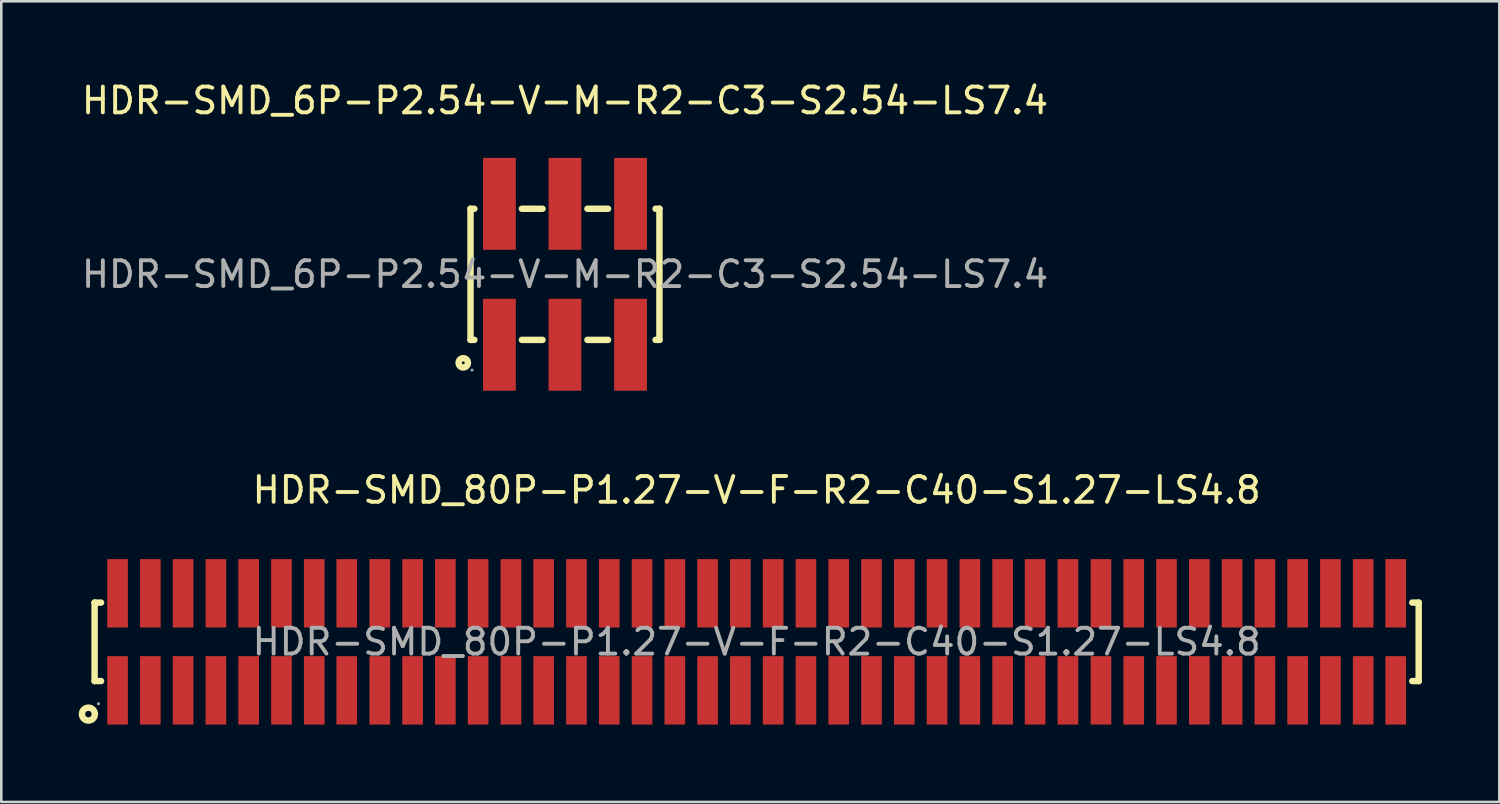
<source format=kicad_pcb>
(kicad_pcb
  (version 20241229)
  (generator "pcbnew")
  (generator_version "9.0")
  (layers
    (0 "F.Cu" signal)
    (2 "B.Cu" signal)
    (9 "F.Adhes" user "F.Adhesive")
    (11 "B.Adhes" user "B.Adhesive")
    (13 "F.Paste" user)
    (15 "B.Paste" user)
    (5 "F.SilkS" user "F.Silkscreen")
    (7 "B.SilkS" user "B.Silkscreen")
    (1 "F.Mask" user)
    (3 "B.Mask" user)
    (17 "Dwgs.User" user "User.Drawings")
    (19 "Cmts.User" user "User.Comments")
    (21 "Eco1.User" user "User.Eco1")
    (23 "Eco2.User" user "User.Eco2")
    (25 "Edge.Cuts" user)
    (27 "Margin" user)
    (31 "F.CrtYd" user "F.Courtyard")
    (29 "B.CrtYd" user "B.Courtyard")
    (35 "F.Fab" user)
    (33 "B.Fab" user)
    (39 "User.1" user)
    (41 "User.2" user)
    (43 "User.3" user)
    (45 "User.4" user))
  (footprint "HDR-SMD_80P-P1.27-V-F-R2-C40-S1.27-LS4.8"
    (layer "F.Cu")
    (at 26.265 21.817)
    (property "Reference" "HDR-SMD_80P-P1.27-V-F-R2-C40-S1.27-LS4.8" (at 0 -5.88 0) (layer "F.SilkS") (effects (font (size 1 1) (thickness 0.15))))
    (attr through_hole)
    (fp_line (start -25.65 -1.52) (end -25.65 1.52) (stroke (width 0.25) (type solid)) (layer "F.SilkS"))
    (fp_line (start -25.65 1.52) (end -25.4 1.52) (stroke (width 0.25) (type solid)) (layer "F.SilkS"))
    (fp_line (start -25.4 -1.52) (end -25.65 -1.52) (stroke (width 0.25) (type solid)) (layer "F.SilkS"))
    (fp_line (start 25.4 -1.52) (end 25.65 -1.52) (stroke (width 0.25) (type solid)) (layer "F.SilkS"))
    (fp_line (start 25.65 -1.52) (end 25.65 1.52) (stroke (width 0.25) (type solid)) (layer "F.SilkS"))
    (fp_line (start 25.65 1.52) (end 25.4 1.52) (stroke (width 0.25) (type solid)) (layer "F.SilkS"))
    (fp_circle (center -25.89 2.8) (end -25.64 2.8) (stroke (width 0.25) (type solid)) (fill no) (layer "F.SilkS"))
    (fp_circle (center -25.5 2.4) (end -25.47 2.4) (stroke (width 0.06) (type solid)) (fill no) (layer "F.Fab"))
    (fp_text user "${REFERENCE}" (at 0 0 0) (layer "F.Fab") (effects (font (size 1 1) (thickness 0.15))))
    (pad "1" smd rect (at -24.76 1.88 90) (size 2.65 0.8) (layers "F.Cu" "F.Mask" "F.Paste"))
    (pad "2" smd rect (at -24.76 -1.88 90) (size 2.65 0.8) (layers "F.Cu" "F.Mask" "F.Paste"))
    (pad "3" smd rect (at -23.49 1.88 90) (size 2.65 0.8) (layers "F.Cu" "F.Mask" "F.Paste"))
    (pad "4" smd rect (at -23.49 -1.88 90) (size 2.65 0.8) (layers "F.Cu" "F.Mask" "F.Paste"))
    (pad "5" smd rect (at -22.22 1.88 90) (size 2.65 0.8) (layers "F.Cu" "F.Mask" "F.Paste"))
    (pad "6" smd rect (at -22.22 -1.88 90) (size 2.65 0.8) (layers "F.Cu" "F.Mask" "F.Paste"))
    (pad "7" smd rect (at -20.95 1.88 90) (size 2.65 0.8) (layers "F.Cu" "F.Mask" "F.Paste"))
    (pad "8" smd rect (at -20.95 -1.88 90) (size 2.65 0.8) (layers "F.Cu" "F.Mask" "F.Paste"))
    (pad "9" smd rect (at -19.68 1.88 90) (size 2.65 0.8) (layers "F.Cu" "F.Mask" "F.Paste"))
    (pad "10" smd rect (at -19.68 -1.88 90) (size 2.65 0.8) (layers "F.Cu" "F.Mask" "F.Paste"))
    (pad "11" smd rect (at -18.41 1.88 90) (size 2.65 0.8) (layers "F.Cu" "F.Mask" "F.Paste"))
    (pad "12" smd rect (at -18.41 -1.88 90) (size 2.65 0.8) (layers "F.Cu" "F.Mask" "F.Paste"))
    (pad "13" smd rect (at -17.14 1.88 90) (size 2.65 0.8) (layers "F.Cu" "F.Mask" "F.Paste"))
    (pad "14" smd rect (at -17.14 -1.88 90) (size 2.65 0.8) (layers "F.Cu" "F.Mask" "F.Paste"))
    (pad "15" smd rect (at -15.88 1.88 90) (size 2.65 0.8) (layers "F.Cu" "F.Mask" "F.Paste"))
    (pad "16" smd rect (at -15.88 -1.88 90) (size 2.65 0.8) (layers "F.Cu" "F.Mask" "F.Paste"))
    (pad "17" smd rect (at -14.6 1.88 90) (size 2.65 0.8) (layers "F.Cu" "F.Mask" "F.Paste"))
    (pad "18" smd rect (at -14.6 -1.88 90) (size 2.65 0.8) (layers "F.Cu" "F.Mask" "F.Paste"))
    (pad "19" smd rect (at -13.33 1.88 90) (size 2.65 0.8) (layers "F.Cu" "F.Mask" "F.Paste"))
    (pad "20" smd rect (at -13.33 -1.88 90) (size 2.65 0.8) (layers "F.Cu" "F.Mask" "F.Paste"))
    (pad "21" smd rect (at -12.06 1.88 90) (size 2.65 0.8) (layers "F.Cu" "F.Mask" "F.Paste"))
    (pad "22" smd rect (at -12.06 -1.88 90) (size 2.65 0.8) (layers "F.Cu" "F.Mask" "F.Paste"))
    (pad "23" smd rect (at -10.79 1.88 90) (size 2.65 0.8) (layers "F.Cu" "F.Mask" "F.Paste"))
    (pad "24" smd rect (at -10.79 -1.88 90) (size 2.65 0.8) (layers "F.Cu" "F.Mask" "F.Paste"))
    (pad "25" smd rect (at -9.52 1.88 90) (size 2.65 0.8) (layers "F.Cu" "F.Mask" "F.Paste"))
    (pad "26" smd rect (at -9.52 -1.88 90) (size 2.65 0.8) (layers "F.Cu" "F.Mask" "F.Paste"))
    (pad "27" smd rect (at -8.25 1.88 90) (size 2.65 0.8) (layers "F.Cu" "F.Mask" "F.Paste"))
    (pad "28" smd rect (at -8.25 -1.88 90) (size 2.65 0.8) (layers "F.Cu" "F.Mask" "F.Paste"))
    (pad "29" smd rect (at -6.98 1.88 90) (size 2.65 0.8) (layers "F.Cu" "F.Mask" "F.Paste"))
    (pad "30" smd rect (at -6.98 -1.88 90) (size 2.65 0.8) (layers "F.Cu" "F.Mask" "F.Paste"))
    (pad "31" smd rect (at -5.71 1.88 90) (size 2.65 0.8) (layers "F.Cu" "F.Mask" "F.Paste"))
    (pad "32" smd rect (at -5.71 -1.88 90) (size 2.65 0.8) (layers "F.Cu" "F.Mask" "F.Paste"))
    (pad "33" smd rect (at -4.44 1.88 90) (size 2.65 0.8) (layers "F.Cu" "F.Mask" "F.Paste"))
    (pad "34" smd rect (at -4.44 -1.88 90) (size 2.65 0.8) (layers "F.Cu" "F.Mask" "F.Paste"))
    (pad "35" smd rect (at -3.17 1.88 90) (size 2.65 0.8) (layers "F.Cu" "F.Mask" "F.Paste"))
    (pad "36" smd rect (at -3.17 -1.88 90) (size 2.65 0.8) (layers "F.Cu" "F.Mask" "F.Paste"))
    (pad "37" smd rect (at -1.9 1.88 90) (size 2.65 0.8) (layers "F.Cu" "F.Mask" "F.Paste"))
    (pad "38" smd rect (at -1.9 -1.88 90) (size 2.65 0.8) (layers "F.Cu" "F.Mask" "F.Paste"))
    (pad "39" smd rect (at -0.63 1.88 90) (size 2.65 0.8) (layers "F.Cu" "F.Mask" "F.Paste"))
    (pad "40" smd rect (at -0.63 -1.88 90) (size 2.65 0.8) (layers "F.Cu" "F.Mask" "F.Paste"))
    (pad "41" smd rect (at 0.64 1.88 90) (size 2.65 0.8) (layers "F.Cu" "F.Mask" "F.Paste"))
    (pad "42" smd rect (at 0.64 -1.88 90) (size 2.65 0.8) (layers "F.Cu" "F.Mask" "F.Paste"))
    (pad "43" smd rect (at 1.91 1.88 90) (size 2.65 0.8) (layers "F.Cu" "F.Mask" "F.Paste"))
    (pad "44" smd rect (at 1.91 -1.88 90) (size 2.65 0.8) (layers "F.Cu" "F.Mask" "F.Paste"))
    (pad "45" smd rect (at 3.18 1.88 90) (size 2.65 0.8) (layers "F.Cu" "F.Mask" "F.Paste"))
    (pad "46" smd rect (at 3.18 -1.88 90) (size 2.65 0.8) (layers "F.Cu" "F.Mask" "F.Paste"))
    (pad "47" smd rect (at 4.45 1.88 90) (size 2.65 0.8) (layers "F.Cu" "F.Mask" "F.Paste"))
    (pad "48" smd rect (at 4.45 -1.88 90) (size 2.65 0.8) (layers "F.Cu" "F.Mask" "F.Paste"))
    (pad "49" smd rect (at 5.72 1.88 90) (size 2.65 0.8) (layers "F.Cu" "F.Mask" "F.Paste"))
    (pad "50" smd rect (at 5.72 -1.88 90) (size 2.65 0.8) (layers "F.Cu" "F.Mask" "F.Paste"))
    (pad "51" smd rect (at 6.99 1.88 90) (size 2.65 0.8) (layers "F.Cu" "F.Mask" "F.Paste"))
    (pad "52" smd rect (at 6.99 -1.88 90) (size 2.65 0.8) (layers "F.Cu" "F.Mask" "F.Paste"))
    (pad "53" smd rect (at 8.26 1.88 90) (size 2.65 0.8) (layers "F.Cu" "F.Mask" "F.Paste"))
    (pad "54" smd rect (at 8.26 -1.88 90) (size 2.65 0.8) (layers "F.Cu" "F.Mask" "F.Paste"))
    (pad "55" smd rect (at 9.53 1.88 90) (size 2.65 0.8) (layers "F.Cu" "F.Mask" "F.Paste"))
    (pad "56" smd rect (at 9.53 -1.88 90) (size 2.65 0.8) (layers "F.Cu" "F.Mask" "F.Paste"))
    (pad "57" smd rect (at 10.79 1.88 90) (size 2.65 0.8) (layers "F.Cu" "F.Mask" "F.Paste"))
    (pad "58" smd rect (at 10.79 -1.88 90) (size 2.65 0.8) (layers "F.Cu" "F.Mask" "F.Paste"))
    (pad "59" smd rect (at 12.06 1.88 90) (size 2.65 0.8) (layers "F.Cu" "F.Mask" "F.Paste"))
    (pad "60" smd rect (at 12.06 -1.88 90) (size 2.65 0.8) (layers "F.Cu" "F.Mask" "F.Paste"))
    (pad "61" smd rect (at 13.34 1.88 90) (size 2.65 0.8) (layers "F.Cu" "F.Mask" "F.Paste"))
    (pad "62" smd rect (at 13.34 -1.88 90) (size 2.65 0.8) (layers "F.Cu" "F.Mask" "F.Paste"))
    (pad "63" smd rect (at 14.61 1.88 90) (size 2.65 0.8) (layers "F.Cu" "F.Mask" "F.Paste"))
    (pad "64" smd rect (at 14.61 -1.88 90) (size 2.65 0.8) (layers "F.Cu" "F.Mask" "F.Paste"))
    (pad "65" smd rect (at 15.88 1.88 90) (size 2.65 0.8) (layers "F.Cu" "F.Mask" "F.Paste"))
    (pad "66" smd rect (at 15.88 -1.88 90) (size 2.65 0.8) (layers "F.Cu" "F.Mask" "F.Paste"))
    (pad "67" smd rect (at 17.15 1.88 90) (size 2.65 0.8) (layers "F.Cu" "F.Mask" "F.Paste"))
    (pad "68" smd rect (at 17.15 -1.88 90) (size 2.65 0.8) (layers "F.Cu" "F.Mask" "F.Paste"))
    (pad "69" smd rect (at 18.42 1.88 90) (size 2.65 0.8) (layers "F.Cu" "F.Mask" "F.Paste"))
    (pad "70" smd rect (at 18.42 -1.88 90) (size 2.65 0.8) (layers "F.Cu" "F.Mask" "F.Paste"))
    (pad "71" smd rect (at 19.69 1.88 90) (size 2.65 0.8) (layers "F.Cu" "F.Mask" "F.Paste"))
    (pad "72" smd rect (at 19.69 -1.88 90) (size 2.65 0.8) (layers "F.Cu" "F.Mask" "F.Paste"))
    (pad "73" smd rect (at 20.96 1.88 90) (size 2.65 0.8) (layers "F.Cu" "F.Mask" "F.Paste"))
    (pad "74" smd rect (at 20.96 -1.88 90) (size 2.65 0.8) (layers "F.Cu" "F.Mask" "F.Paste"))
    (pad "75" smd rect (at 22.23 1.88 90) (size 2.65 0.8) (layers "F.Cu" "F.Mask" "F.Paste"))
    (pad "76" smd rect (at 22.23 -1.88 90) (size 2.65 0.8) (layers "F.Cu" "F.Mask" "F.Paste"))
    (pad "77" smd rect (at 23.5 1.88 90) (size 2.65 0.8) (layers "F.Cu" "F.Mask" "F.Paste"))
    (pad "78" smd rect (at 23.5 -1.88 90) (size 2.65 0.8) (layers "F.Cu" "F.Mask" "F.Paste"))
    (pad "79" smd rect (at 24.76 1.88 90) (size 2.65 0.8) (layers "F.Cu" "F.Mask" "F.Paste"))
    (pad "80" smd rect (at 24.76 -1.88 90) (size 2.65 0.8) (layers "F.Cu" "F.Mask" "F.Paste")))
  (footprint "HDR-SMD_6P-P2.54-V-M-R2-C3-S2.54-LS7.4"
    (layer "F.Cu")
    (at 18.839 7.578)
    (property "Reference" "HDR-SMD_6P-P2.54-V-M-R2-C3-S2.54-LS7.4" (at 0 -6.73 0) (layer "F.SilkS") (effects (font (size 1 1) (thickness 0.15))))
    (attr through_hole)
    (fp_line (start -3.66 -2.54) (end -3.66 2.54) (stroke (width 0.25) (type solid)) (layer "F.SilkS"))
    (fp_line (start -3.66 2.54) (end -3.51 2.54) (stroke (width 0.25) (type solid)) (layer "F.SilkS"))
    (fp_line (start -3.51 -2.54) (end -3.66 -2.54) (stroke (width 0.25) (type solid)) (layer "F.SilkS"))
    (fp_line (start -1.67 2.54) (end -0.87 2.54) (stroke (width 0.25) (type solid)) (layer "F.SilkS"))
    (fp_line (start -0.87 -2.54) (end -1.67 -2.54) (stroke (width 0.25) (type solid)) (layer "F.SilkS"))
    (fp_line (start 0.87 2.54) (end 1.67 2.54) (stroke (width 0.25) (type solid)) (layer "F.SilkS"))
    (fp_line (start 1.67 -2.54) (end 0.87 -2.54) (stroke (width 0.25) (type solid)) (layer "F.SilkS"))
    (fp_line (start 3.51 2.54) (end 3.66 2.54) (stroke (width 0.25) (type solid)) (layer "F.SilkS"))
    (fp_line (start 3.66 -2.54) (end 3.51 -2.54) (stroke (width 0.25) (type solid)) (layer "F.SilkS"))
    (fp_line (start 3.66 2.54) (end 3.66 -2.54) (stroke (width 0.25) (type solid)) (layer "F.SilkS"))
    (fp_circle (center -3.94 3.43) (end -3.76 3.43) (stroke (width 0.25) (type solid)) (fill no) (layer "F.SilkS"))
    (fp_circle (center -3.6 3.71) (end -3.57 3.71) (stroke (width 0.06) (type solid)) (fill no) (layer "F.Fab"))
    (fp_text user "${REFERENCE}" (at 0 0 0) (layer "F.Fab") (effects (font (size 1 1) (thickness 0.15))))
    (pad "1" smd rect (at -2.54 2.73) (size 1.27 3.56) (layers "F.Cu" "F.Mask" "F.Paste"))
    (pad "2" smd rect (at -2.54 -2.73) (size 1.27 3.56) (layers "F.Cu" "F.Mask" "F.Paste"))
    (pad "3" smd rect (at 0 2.73) (size 1.27 3.56) (layers "F.Cu" "F.Mask" "F.Paste"))
    (pad "4" smd rect (at 0 -2.73) (size 1.27 3.56) (layers "F.Cu" "F.Mask" "F.Paste"))
    (pad "5" smd rect (at 2.54 2.73) (size 1.27 3.56) (layers "F.Cu" "F.Mask" "F.Paste"))
    (pad "6" smd rect (at 2.54 -2.73) (size 1.27 3.56) (layers "F.Cu" "F.Mask" "F.Paste")))
  (gr_rect
    (start -3 -3)
    (end 55.04 28.021)
    (stroke (width 0.1) (type default))
    (fill no)
    (layer "Edge.Cuts")))
</source>
